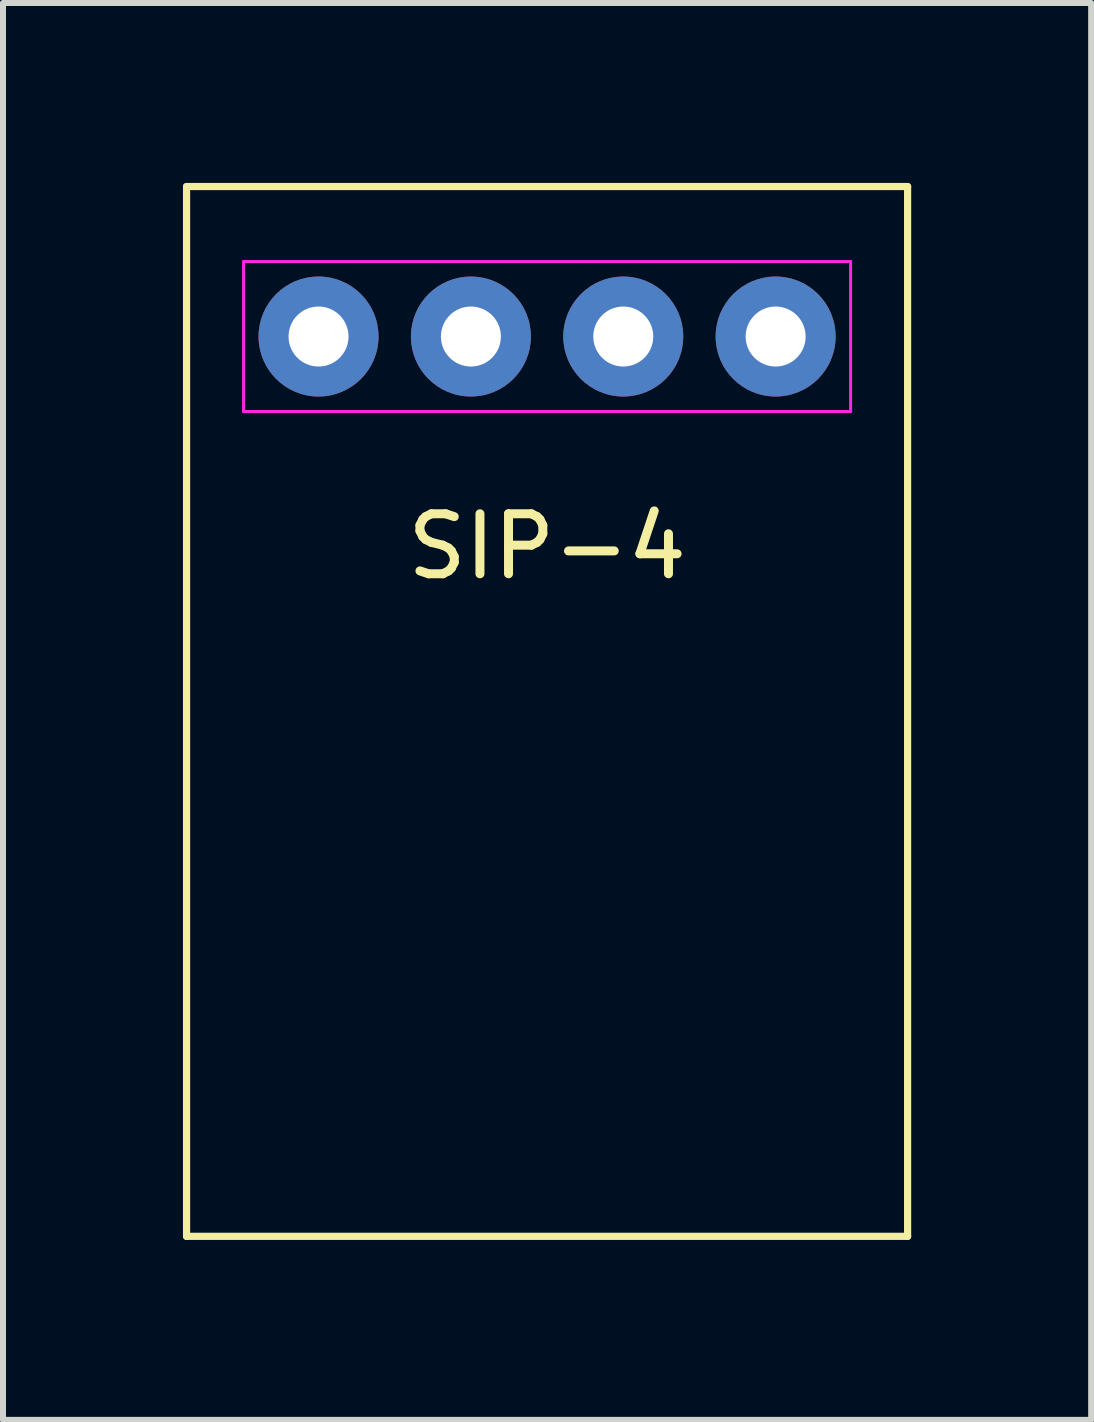
<source format=kicad_pcb>
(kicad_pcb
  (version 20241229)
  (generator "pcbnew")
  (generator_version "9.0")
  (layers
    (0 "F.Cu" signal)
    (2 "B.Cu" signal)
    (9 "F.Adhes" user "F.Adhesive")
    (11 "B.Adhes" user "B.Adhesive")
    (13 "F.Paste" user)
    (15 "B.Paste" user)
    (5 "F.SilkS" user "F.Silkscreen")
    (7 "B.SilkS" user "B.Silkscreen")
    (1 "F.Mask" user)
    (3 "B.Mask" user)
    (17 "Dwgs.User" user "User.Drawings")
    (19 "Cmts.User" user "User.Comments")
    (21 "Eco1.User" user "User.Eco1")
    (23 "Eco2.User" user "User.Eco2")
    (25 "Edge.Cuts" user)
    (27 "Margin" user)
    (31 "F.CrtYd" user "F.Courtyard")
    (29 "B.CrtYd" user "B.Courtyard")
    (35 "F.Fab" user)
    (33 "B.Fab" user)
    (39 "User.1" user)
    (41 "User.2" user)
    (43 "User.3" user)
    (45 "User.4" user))
  (footprint "SIP-4"
    (layer "F.Cu")
    (at 6.07 2.56)
    (property "Reference" "SIP-4" (at 0 3.5 0) (layer "F.SilkS") (effects (font (size 1 1) (thickness 0.15))))
    (attr through_hole)
    (fp_line (start -6.01 -2.5) (end -6.01 15) (stroke (width 0.12) (type default)) (layer "F.SilkS"))
    (fp_line (start -6.01 15) (end 6.01 15) (stroke (width 0.12) (type default)) (layer "F.SilkS"))
    (fp_line (start 6.01 -2.5) (end -6.01 -2.5) (stroke (width 0.12) (type default)) (layer "F.SilkS"))
    (fp_line (start 6.01 15) (end 6.01 -2.5) (stroke (width 0.12) (type default)) (layer "F.SilkS"))
    (fp_line (start -5.06 -1.25) (end 5.06 -1.25) (stroke (width 0.05) (type default)) (layer "F.CrtYd"))
    (fp_line (start -5.06 1.25) (end -5.06 -1.25) (stroke (width 0.05) (type default)) (layer "F.CrtYd"))
    (fp_line (start 5.06 -1.25) (end 5.06 1.25) (stroke (width 0.05) (type default)) (layer "F.CrtYd"))
    (fp_line (start 5.06 1.25) (end -5.06 1.25) (stroke (width 0.05) (type default)) (layer "F.CrtYd"))
    (pad "1" thru_hole circle (at -3.81 0) (size 2 2) (drill 1) (layers "*.Cu" "*.Mask"))
    (pad "2" thru_hole circle (at -1.27 0) (size 2 2) (drill 1) (layers "*.Cu" "*.Mask"))
    (pad "3" thru_hole circle (at 1.27 0) (size 2 2) (drill 1) (layers "*.Cu" "*.Mask"))
    (pad "4" thru_hole circle (at 3.81 0) (size 2 2) (drill 1) (layers "*.Cu" "*.Mask")))
  (gr_rect
    (start -3 -3)
    (end 15.14 20.62)
    (stroke (width 0.1) (type default))
    (fill no)
    (layer "Edge.Cuts")))
</source>
